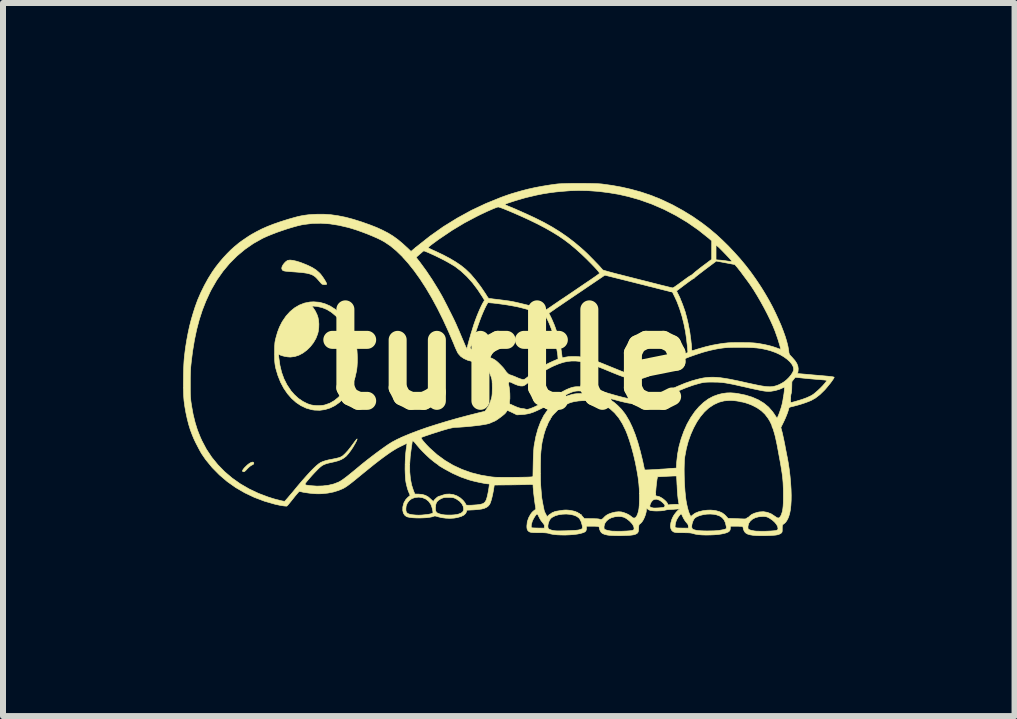
<source format=kicad_pcb>
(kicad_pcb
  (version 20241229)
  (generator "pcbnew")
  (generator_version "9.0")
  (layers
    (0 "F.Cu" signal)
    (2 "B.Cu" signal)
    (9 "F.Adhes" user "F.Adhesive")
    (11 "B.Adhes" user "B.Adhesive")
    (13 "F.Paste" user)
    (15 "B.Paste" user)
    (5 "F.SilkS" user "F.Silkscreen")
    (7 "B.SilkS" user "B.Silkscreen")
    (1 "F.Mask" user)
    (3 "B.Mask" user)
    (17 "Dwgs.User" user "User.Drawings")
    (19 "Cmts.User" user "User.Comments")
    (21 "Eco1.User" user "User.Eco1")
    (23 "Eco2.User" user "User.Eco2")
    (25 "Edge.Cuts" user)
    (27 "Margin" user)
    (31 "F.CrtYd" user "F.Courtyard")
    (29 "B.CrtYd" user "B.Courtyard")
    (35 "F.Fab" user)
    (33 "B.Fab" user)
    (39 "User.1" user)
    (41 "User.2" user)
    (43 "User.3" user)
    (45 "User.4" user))
  (footprint "turtle"
    (layer "F.Cu")
    (at 5.425 2.938)
    (property "Reference" "turtle" (at 0 0 0) (layer "F.SilkS") (effects (font (size 1.524 1.524) (thickness 0.3))))
    (attr through_hole)
    (fp_poly (pts (xy -4.255 1.712) (xy -4.247 1.724) (xy -4.247 1.73) (xy -4.252 1.744) (xy -4.271 1.756) (xy -4.278 1.759) (xy -4.302 1.773) (xy -4.331 1.797) (xy -4.357 1.823) (xy -4.38 1.848) (xy -4.397 1.863) (xy -4.408 1.87) (xy -4.418 1.871) (xy -4.427 1.868) (xy -4.436 1.861) (xy -4.434 1.849) (xy -4.423 1.83) (xy -4.401 1.803) (xy -4.389 1.791) (xy -4.356 1.759) (xy -4.324 1.734) (xy -4.296 1.718) (xy -4.272 1.71) (xy -4.255 1.712)) (stroke (width 0.01) (type solid)) (fill yes) (layer "F.SilkS"))
    (fp_poly (pts (xy -3.598 -1.651) (xy -3.54 -1.638) (xy -3.471 -1.617) (xy -3.392 -1.586) (xy -3.344 -1.566) (xy -3.271 -1.53) (xy -3.21 -1.491) (xy -3.16 -1.448) (xy -3.133 -1.42) (xy -3.114 -1.394) (xy -3.092 -1.364) (xy -3.071 -1.332) (xy -3.053 -1.302) (xy -3.039 -1.276) (xy -3.033 -1.259) (xy -3.032 -1.256) (xy -3.04 -1.249) (xy -3.062 -1.246) (xy -3.068 -1.246) (xy -3.096 -1.249) (xy -3.115 -1.258) (xy -3.122 -1.265) (xy -3.136 -1.281) (xy -3.156 -1.304) (xy -3.174 -1.325) (xy -3.2 -1.354) (xy -3.225 -1.378) (xy -3.252 -1.397) (xy -3.282 -1.413) (xy -3.318 -1.425) (xy -3.362 -1.436) (xy -3.414 -1.444) (xy -3.478 -1.451) (xy -3.555 -1.457) (xy -3.597 -1.46) (xy -3.652 -1.464) (xy -3.693 -1.468) (xy -3.723 -1.471) (xy -3.744 -1.475) (xy -3.758 -1.48) (xy -3.767 -1.486) (xy -3.773 -1.494) (xy -3.774 -1.495) (xy -3.781 -1.511) (xy -3.78 -1.529) (xy -3.777 -1.543) (xy -3.762 -1.573) (xy -3.739 -1.604) (xy -3.712 -1.631) (xy -3.685 -1.649) (xy -3.678 -1.651) (xy -3.644 -1.656) (xy -3.598 -1.651)) (stroke (width 0.01) (type solid)) (fill yes) (layer "F.SilkS"))
    (fp_poly (pts (xy -3.156 -0.953) (xy -3.065 -0.929) (xy -2.977 -0.891) (xy -2.894 -0.838) (xy -2.815 -0.77) (xy -2.792 -0.747) (xy -2.717 -0.655) (xy -2.652 -0.552) (xy -2.6 -0.439) (xy -2.56 -0.318) (xy -2.535 -0.206) (xy -2.528 -0.151) (xy -2.524 -0.086) (xy -2.522 -0.016) (xy -2.523 0.055) (xy -2.527 0.121) (xy -2.533 0.177) (xy -2.535 0.187) (xy -2.56 0.298) (xy -2.596 0.401) (xy -2.641 0.496) (xy -2.695 0.58) (xy -2.756 0.655) (xy -2.824 0.718) (xy -2.898 0.77) (xy -2.978 0.809) (xy -3.061 0.835) (xy -3.148 0.847) (xy -3.237 0.844) (xy -3.282 0.837) (xy -3.374 0.811) (xy -3.461 0.77) (xy -3.542 0.716) (xy -3.618 0.648) (xy -3.687 0.569) (xy -3.748 0.479) (xy -3.801 0.379) (xy -3.845 0.269) (xy -3.88 0.151) (xy -3.887 0.119) (xy -3.892 0.09) (xy -3.896 0.059) (xy -3.899 0.022) (xy -3.9 -0.023) (xy -3.901 -0.079) (xy -3.901 -0.089) (xy -3.836 -0.089) (xy -3.83 -0.03) (xy -3.812 0.097) (xy -3.784 0.214) (xy -3.745 0.322) (xy -3.694 0.423) (xy -3.63 0.519) (xy -3.629 0.521) (xy -3.569 0.589) (xy -3.502 0.65) (xy -3.428 0.7) (xy -3.352 0.738) (xy -3.294 0.757) (xy -3.249 0.765) (xy -3.196 0.769) (xy -3.14 0.768) (xy -3.089 0.763) (xy -3.061 0.757) (xy -2.981 0.729) (xy -2.906 0.686) (xy -2.838 0.631) (xy -2.777 0.563) (xy -2.723 0.486) (xy -2.678 0.399) (xy -2.642 0.304) (xy -2.616 0.201) (xy -2.6 0.093) (xy -2.596 -0.007) (xy -2.603 -0.137) (xy -2.623 -0.26) (xy -2.657 -0.377) (xy -2.704 -0.486) (xy -2.764 -0.587) (xy -2.835 -0.678) (xy -2.881 -0.725) (xy -2.954 -0.786) (xy -3.029 -0.832) (xy -3.108 -0.864) (xy -3.192 -0.883) (xy -3.221 -0.886) (xy -3.281 -0.891) (xy -3.257 -0.86) (xy -3.223 -0.808) (xy -3.193 -0.746) (xy -3.178 -0.702) (xy -3.168 -0.651) (xy -3.163 -0.59) (xy -3.165 -0.527) (xy -3.173 -0.467) (xy -3.182 -0.429) (xy -3.212 -0.351) (xy -3.254 -0.278) (xy -3.305 -0.213) (xy -3.363 -0.156) (xy -3.427 -0.108) (xy -3.494 -0.072) (xy -3.564 -0.049) (xy -3.635 -0.04) (xy -3.643 -0.04) (xy -3.683 -0.043) (xy -3.728 -0.05) (xy -3.771 -0.061) (xy -3.806 -0.073) (xy -3.811 -0.076) (xy -3.836 -0.089) (xy -3.901 -0.089) (xy -3.901 -0.111) (xy -3.901 -0.168) (xy -3.9 -0.212) (xy -3.898 -0.247) (xy -3.896 -0.276) (xy -3.892 -0.303) (xy -3.886 -0.33) (xy -3.879 -0.359) (xy -3.852 -0.454) (xy -3.82 -0.538) (xy -3.782 -0.614) (xy -3.77 -0.635) (xy -3.71 -0.723) (xy -3.642 -0.798) (xy -3.568 -0.859) (xy -3.488 -0.906) (xy -3.403 -0.939) (xy -3.313 -0.957) (xy -3.25 -0.96) (xy -3.156 -0.953)) (stroke (width 0.01) (type solid)) (fill yes) (layer "F.SilkS"))
    (fp_poly (pts (xy 1.237 -2.933) (xy 1.311 -2.932) (xy 1.382 -2.931) (xy 1.445 -2.929) (xy 1.5 -2.927) (xy 1.542 -2.924) (xy 1.56 -2.922) (xy 1.724 -2.899) (xy 1.884 -2.87) (xy 2.036 -2.835) (xy 2.178 -2.796) (xy 2.203 -2.789) (xy 2.254 -2.772) (xy 2.304 -2.755) (xy 2.35 -2.74) (xy 2.388 -2.726) (xy 2.416 -2.715) (xy 2.429 -2.709) (xy 2.446 -2.702) (xy 2.455 -2.699) (xy 2.465 -2.696) (xy 2.486 -2.687) (xy 2.516 -2.675) (xy 2.551 -2.659) (xy 2.563 -2.654) (xy 2.731 -2.574) (xy 2.9 -2.481) (xy 3.065 -2.38) (xy 3.22 -2.272) (xy 3.258 -2.243) (xy 3.285 -2.222) (xy 3.308 -2.205) (xy 3.322 -2.194) (xy 3.326 -2.191) (xy 3.334 -2.184) (xy 3.35 -2.171) (xy 3.369 -2.155) (xy 3.462 -2.077) (xy 3.558 -1.988) (xy 3.657 -1.891) (xy 3.755 -1.787) (xy 3.851 -1.681) (xy 3.94 -1.574) (xy 4.021 -1.47) (xy 4.068 -1.405) (xy 4.12 -1.331) (xy 4.163 -1.267) (xy 4.202 -1.208) (xy 4.237 -1.152) (xy 4.272 -1.094) (xy 4.308 -1.033) (xy 4.341 -0.975) (xy 4.394 -0.876) (xy 4.444 -0.774) (xy 4.491 -0.672) (xy 4.535 -0.572) (xy 4.573 -0.474) (xy 4.606 -0.382) (xy 4.632 -0.296) (xy 4.651 -0.22) (xy 4.663 -0.154) (xy 4.665 -0.139) (xy 4.667 -0.114) (xy 4.672 -0.096) (xy 4.679 -0.081) (xy 4.693 -0.063) (xy 4.716 -0.04) (xy 4.722 -0.033) (xy 4.767 0.018) (xy 4.798 0.065) (xy 4.816 0.11) (xy 4.822 0.151) (xy 4.821 0.179) (xy 4.818 0.205) (xy 4.816 0.215) (xy 4.811 0.235) (xy 4.967 0.248) (xy 5.064 0.257) (xy 5.146 0.264) (xy 5.215 0.27) (xy 5.271 0.275) (xy 5.316 0.279) (xy 5.352 0.283) (xy 5.378 0.286) (xy 5.397 0.289) (xy 5.41 0.292) (xy 5.417 0.294) (xy 5.421 0.296) (xy 5.421 0.298) (xy 5.416 0.31) (xy 5.403 0.331) (xy 5.383 0.36) (xy 5.358 0.394) (xy 5.329 0.429) (xy 5.3 0.465) (xy 5.271 0.499) (xy 5.256 0.515) (xy 5.183 0.586) (xy 5.109 0.643) (xy 5.038 0.683) (xy 4.994 0.701) (xy 4.941 0.721) (xy 4.881 0.741) (xy 4.821 0.759) (xy 4.765 0.774) (xy 4.733 0.782) (xy 4.696 0.791) (xy 4.675 0.799) (xy 4.667 0.807) (xy 4.667 0.808) (xy 4.664 0.825) (xy 4.655 0.854) (xy 4.643 0.891) (xy 4.627 0.932) (xy 4.609 0.976) (xy 4.59 1.018) (xy 4.575 1.049) (xy 4.533 1.134) (xy 4.552 1.204) (xy 4.56 1.235) (xy 4.569 1.278) (xy 4.58 1.327) (xy 4.591 1.381) (xy 4.6 1.425) (xy 4.609 1.476) (xy 4.619 1.526) (xy 4.628 1.572) (xy 4.635 1.609) (xy 4.64 1.631) (xy 4.657 1.727) (xy 4.673 1.832) (xy 4.686 1.943) (xy 4.696 2.055) (xy 4.703 2.163) (xy 4.706 2.265) (xy 4.705 2.345) (xy 4.7 2.431) (xy 4.692 2.504) (xy 4.68 2.565) (xy 4.664 2.618) (xy 4.652 2.647) (xy 4.632 2.685) (xy 4.613 2.712) (xy 4.591 2.733) (xy 4.578 2.742) (xy 4.567 2.75) (xy 4.56 2.76) (xy 4.557 2.774) (xy 4.556 2.799) (xy 4.556 2.818) (xy 4.556 2.85) (xy 4.554 2.87) (xy 4.549 2.882) (xy 4.541 2.891) (xy 4.534 2.896) (xy 4.516 2.907) (xy 4.496 2.915) (xy 4.471 2.922) (xy 4.438 2.927) (xy 4.397 2.93) (xy 4.344 2.933) (xy 4.286 2.935) (xy 4.199 2.936) (xy 4.126 2.934) (xy 4.067 2.929) (xy 4.019 2.921) (xy 3.981 2.91) (xy 3.953 2.895) (xy 3.933 2.876) (xy 3.922 2.858) (xy 3.911 2.834) (xy 3.906 2.812) (xy 3.905 2.807) (xy 3.901 2.79) (xy 3.9 2.79) (xy 3.985 2.79) (xy 3.986 2.813) (xy 3.991 2.826) (xy 4.004 2.834) (xy 4.012 2.838) (xy 4.035 2.845) (xy 4.066 2.852) (xy 4.094 2.857) (xy 4.124 2.86) (xy 4.165 2.861) (xy 4.212 2.862) (xy 4.264 2.862) (xy 4.315 2.86) (xy 4.363 2.858) (xy 4.405 2.855) (xy 4.437 2.852) (xy 4.451 2.849) (xy 4.472 2.842) (xy 4.482 2.834) (xy 4.485 2.819) (xy 4.485 2.81) (xy 4.478 2.779) (xy 4.458 2.745) (xy 4.429 2.71) (xy 4.391 2.676) (xy 4.348 2.647) (xy 4.331 2.637) (xy 4.306 2.625) (xy 4.283 2.619) (xy 4.254 2.616) (xy 4.227 2.616) (xy 4.164 2.621) (xy 4.108 2.636) (xy 4.061 2.66) (xy 4.024 2.692) (xy 3.998 2.73) (xy 3.986 2.774) (xy 3.985 2.79) (xy 3.9 2.79) (xy 3.893 2.783) (xy 3.88 2.781) (xy 3.855 2.78) (xy 3.822 2.778) (xy 3.786 2.778) (xy 3.691 2.778) (xy 3.691 2.812) (xy 3.688 2.839) (xy 3.676 2.859) (xy 3.655 2.875) (xy 3.621 2.889) (xy 3.597 2.896) (xy 3.547 2.907) (xy 3.488 2.916) (xy 3.422 2.921) (xy 3.353 2.924) (xy 3.284 2.925) (xy 3.218 2.923) (xy 3.158 2.918) (xy 3.108 2.91) (xy 3.071 2.9) (xy 3.054 2.895) (xy 3.031 2.891) (xy 3.001 2.888) (xy 2.962 2.887) (xy 2.909 2.886) (xy 2.901 2.886) (xy 2.851 2.886) (xy 2.814 2.885) (xy 2.787 2.883) (xy 2.768 2.88) (xy 2.754 2.876) (xy 2.742 2.871) (xy 2.738 2.869) (xy 2.713 2.845) (xy 2.699 2.812) (xy 2.695 2.776) (xy 2.771 2.776) (xy 2.771 2.79) (xy 2.776 2.799) (xy 2.788 2.804) (xy 2.808 2.807) (xy 2.839 2.808) (xy 2.884 2.809) (xy 2.895 2.809) (xy 2.992 2.81) (xy 2.992 2.781) (xy 2.992 2.778) (xy 3.048 2.778) (xy 3.05 2.802) (xy 3.056 2.818) (xy 3.07 2.83) (xy 3.095 2.839) (xy 3.127 2.847) (xy 3.157 2.851) (xy 3.199 2.854) (xy 3.249 2.856) (xy 3.305 2.857) (xy 3.362 2.856) (xy 3.417 2.855) (xy 3.466 2.852) (xy 3.506 2.848) (xy 3.516 2.846) (xy 3.55 2.84) (xy 3.581 2.834) (xy 3.602 2.828) (xy 3.606 2.827) (xy 3.619 2.82) (xy 3.625 2.812) (xy 3.625 2.796) (xy 3.623 2.78) (xy 3.609 2.719) (xy 3.586 2.671) (xy 3.553 2.633) (xy 3.509 2.605) (xy 3.452 2.586) (xy 3.414 2.579) (xy 3.357 2.575) (xy 3.298 2.577) (xy 3.238 2.586) (xy 3.183 2.6) (xy 3.137 2.618) (xy 3.101 2.641) (xy 3.101 2.642) (xy 3.083 2.664) (xy 3.067 2.697) (xy 3.055 2.734) (xy 3.048 2.769) (xy 3.048 2.778) (xy 2.992 2.778) (xy 2.99 2.761) (xy 2.981 2.742) (xy 2.962 2.719) (xy 2.958 2.715) (xy 2.937 2.688) (xy 2.916 2.654) (xy 2.901 2.625) (xy 2.889 2.599) (xy 2.879 2.58) (xy 2.873 2.572) (xy 2.872 2.572) (xy 2.862 2.578) (xy 2.847 2.595) (xy 2.829 2.618) (xy 2.812 2.644) (xy 2.798 2.669) (xy 2.796 2.673) (xy 2.784 2.705) (xy 2.775 2.741) (xy 2.773 2.757) (xy 2.771 2.776) (xy 2.695 2.776) (xy 2.694 2.769) (xy 2.701 2.719) (xy 2.717 2.664) (xy 2.732 2.63) (xy 2.749 2.599) (xy 2.771 2.568) (xy 2.795 2.538) (xy 2.818 2.515) (xy 2.837 2.5) (xy 2.842 2.498) (xy 2.852 2.494) (xy 2.848 2.491) (xy 2.831 2.49) (xy 2.803 2.492) (xy 2.786 2.493) (xy 2.748 2.496) (xy 2.708 2.499) (xy 2.679 2.5) (xy 2.646 2.502) (xy 2.615 2.508) (xy 2.6 2.512) (xy 2.576 2.517) (xy 2.541 2.521) (xy 2.5 2.523) (xy 2.456 2.524) (xy 2.414 2.522) (xy 2.379 2.519) (xy 2.363 2.517) (xy 2.337 2.507) (xy 2.315 2.493) (xy 2.313 2.492) (xy 2.294 2.474) (xy 2.294 2.496) (xy 2.29 2.537) (xy 2.279 2.582) (xy 2.262 2.628) (xy 2.242 2.671) (xy 2.219 2.707) (xy 2.196 2.732) (xy 2.193 2.734) (xy 2.179 2.744) (xy 2.171 2.754) (xy 2.167 2.769) (xy 2.165 2.792) (xy 2.164 2.812) (xy 2.162 2.851) (xy 2.154 2.878) (xy 2.139 2.897) (xy 2.113 2.911) (xy 2.092 2.918) (xy 2.068 2.923) (xy 2.031 2.928) (xy 1.984 2.931) (xy 1.931 2.933) (xy 1.874 2.935) (xy 1.816 2.935) (xy 1.761 2.934) (xy 1.711 2.932) (xy 1.67 2.929) (xy 1.642 2.925) (xy 1.597 2.914) (xy 1.565 2.901) (xy 1.542 2.884) (xy 1.527 2.861) (xy 1.524 2.855) (xy 1.514 2.831) (xy 1.509 2.81) (xy 1.508 2.805) (xy 1.507 2.794) (xy 1.503 2.79) (xy 1.587 2.79) (xy 1.588 2.813) (xy 1.593 2.826) (xy 1.606 2.834) (xy 1.615 2.838) (xy 1.638 2.845) (xy 1.669 2.852) (xy 1.696 2.857) (xy 1.727 2.86) (xy 1.768 2.861) (xy 1.815 2.862) (xy 1.867 2.862) (xy 1.918 2.86) (xy 1.966 2.858) (xy 2.008 2.855) (xy 2.039 2.852) (xy 2.054 2.849) (xy 2.075 2.842) (xy 2.085 2.834) (xy 2.087 2.819) (xy 2.088 2.81) (xy 2.08 2.777) (xy 2.058 2.74) (xy 2.021 2.7) (xy 2.005 2.685) (xy 1.962 2.652) (xy 1.923 2.63) (xy 1.88 2.619) (xy 1.831 2.615) (xy 1.83 2.615) (xy 1.768 2.621) (xy 1.712 2.636) (xy 1.665 2.66) (xy 1.628 2.692) (xy 1.602 2.729) (xy 1.589 2.772) (xy 1.587 2.79) (xy 1.503 2.79) (xy 1.501 2.787) (xy 1.488 2.782) (xy 1.467 2.78) (xy 1.434 2.778) (xy 1.388 2.778) (xy 1.294 2.778) (xy 1.294 2.812) (xy 1.292 2.838) (xy 1.284 2.858) (xy 1.268 2.873) (xy 1.241 2.885) (xy 1.201 2.897) (xy 1.197 2.898) (xy 1.143 2.909) (xy 1.08 2.917) (xy 1.011 2.922) (xy 0.94 2.925) (xy 0.87 2.924) (xy 0.804 2.921) (xy 0.745 2.915) (xy 0.697 2.906) (xy 0.679 2.9) (xy 0.66 2.895) (xy 0.637 2.891) (xy 0.608 2.888) (xy 0.57 2.886) (xy 0.52 2.886) (xy 0.504 2.886) (xy 0.449 2.885) (xy 0.408 2.884) (xy 0.377 2.881) (xy 0.355 2.876) (xy 0.339 2.869) (xy 0.326 2.858) (xy 0.316 2.847) (xy 0.308 2.831) (xy 0.303 2.807) (xy 0.302 2.78) (xy 0.374 2.78) (xy 0.378 2.798) (xy 0.387 2.804) (xy 0.4 2.806) (xy 0.425 2.807) (xy 0.459 2.808) (xy 0.498 2.809) (xy 0.498 2.809) (xy 0.595 2.81) (xy 0.595 2.792) (xy 0.652 2.792) (xy 0.659 2.815) (xy 0.663 2.821) (xy 0.683 2.833) (xy 0.719 2.845) (xy 0.754 2.852) (xy 0.775 2.854) (xy 0.808 2.856) (xy 0.851 2.856) (xy 0.901 2.855) (xy 0.954 2.854) (xy 1.008 2.852) (xy 1.059 2.849) (xy 1.104 2.847) (xy 1.14 2.844) (xy 1.165 2.84) (xy 1.17 2.839) (xy 1.201 2.83) (xy 1.22 2.821) (xy 1.228 2.808) (xy 1.227 2.788) (xy 1.223 2.761) (xy 1.206 2.702) (xy 1.183 2.658) (xy 1.166 2.638) (xy 1.127 2.611) (xy 1.077 2.592) (xy 1.019 2.58) (xy 0.957 2.575) (xy 0.893 2.578) (xy 0.831 2.587) (xy 0.774 2.604) (xy 0.725 2.629) (xy 0.71 2.639) (xy 0.69 2.661) (xy 0.673 2.691) (xy 0.66 2.726) (xy 0.653 2.761) (xy 0.652 2.792) (xy 0.595 2.792) (xy 0.595 2.781) (xy 0.593 2.761) (xy 0.583 2.742) (xy 0.564 2.718) (xy 0.561 2.714) (xy 0.538 2.685) (xy 0.517 2.65) (xy 0.503 2.623) (xy 0.491 2.598) (xy 0.48 2.581) (xy 0.473 2.574) (xy 0.472 2.574) (xy 0.459 2.584) (xy 0.442 2.605) (xy 0.424 2.633) (xy 0.407 2.664) (xy 0.393 2.693) (xy 0.389 2.706) (xy 0.377 2.749) (xy 0.374 2.78) (xy 0.302 2.78) (xy 0.302 2.772) (xy 0.309 2.705) (xy 0.331 2.639) (xy 0.365 2.577) (xy 0.37 2.571) (xy 0.388 2.547) (xy 0.408 2.528) (xy 0.433 2.508) (xy 0.451 2.496) (xy 0.45 2.488) (xy 0.448 2.467) (xy 0.443 2.437) (xy 0.437 2.401) (xy 0.437 2.4) (xy 0.432 2.363) (xy 0.426 2.317) (xy 0.42 2.267) (xy 0.414 2.216) (xy 0.41 2.168) (xy 0.406 2.127) (xy 0.405 2.097) (xy 0.405 2.091) (xy 0.402 2.087) (xy 0.391 2.084) (xy 0.372 2.083) (xy 0.341 2.083) (xy 0.296 2.084) (xy 0.288 2.085) (xy 0.246 2.086) (xy 0.191 2.087) (xy 0.13 2.088) (xy 0.064 2.089) (xy -0.002 2.09) (xy -0.035 2.09) (xy -0.241 2.092) (xy -0.254 2.175) (xy -0.266 2.238) (xy -0.279 2.296) (xy -0.293 2.348) (xy -0.307 2.389) (xy -0.318 2.413) (xy -0.339 2.44) (xy -0.367 2.462) (xy -0.404 2.479) (xy -0.452 2.492) (xy -0.513 2.5) (xy -0.588 2.506) (xy -0.589 2.506) (xy -0.698 2.511) (xy -0.703 2.533) (xy -0.718 2.565) (xy -0.748 2.593) (xy -0.792 2.615) (xy -0.85 2.632) (xy -0.91 2.643) (xy -0.977 2.647) (xy -1.049 2.644) (xy -1.119 2.635) (xy -1.18 2.62) (xy -1.184 2.618) (xy -1.217 2.609) (xy -1.238 2.608) (xy -1.244 2.61) (xy -1.274 2.621) (xy -1.316 2.629) (xy -1.368 2.636) (xy -1.425 2.639) (xy -1.485 2.641) (xy -1.544 2.64) (xy -1.6 2.637) (xy -1.649 2.631) (xy -1.688 2.623) (xy -1.707 2.615) (xy -1.736 2.591) (xy -1.756 2.557) (xy -1.766 2.513) (xy -1.765 2.489) (xy -1.714 2.489) (xy -1.712 2.523) (xy -1.703 2.548) (xy -1.685 2.565) (xy -1.655 2.577) (xy -1.613 2.586) (xy -1.603 2.587) (xy -1.551 2.592) (xy -1.502 2.594) (xy -1.45 2.592) (xy -1.398 2.587) (xy -1.344 2.581) (xy -1.304 2.573) (xy -1.276 2.564) (xy -1.263 2.555) (xy -1.262 2.552) (xy -1.265 2.523) (xy -1.271 2.497) (xy -1.221 2.497) (xy -1.216 2.526) (xy -1.203 2.548) (xy -1.18 2.563) (xy -1.145 2.575) (xy -1.103 2.585) (xy -1.064 2.59) (xy -1.015 2.592) (xy -0.962 2.592) (xy -0.911 2.589) (xy -0.866 2.583) (xy -0.836 2.576) (xy -0.795 2.56) (xy -0.769 2.541) (xy -0.755 2.518) (xy -0.751 2.492) (xy -0.759 2.446) (xy -0.782 2.402) (xy -0.818 2.362) (xy -0.867 2.328) (xy -0.881 2.32) (xy -0.903 2.31) (xy -0.923 2.303) (xy -0.945 2.3) (xy -0.975 2.298) (xy -1.004 2.298) (xy -1.043 2.298) (xy -1.07 2.3) (xy -1.092 2.305) (xy -1.113 2.313) (xy -1.129 2.32) (xy -1.17 2.345) (xy -1.197 2.372) (xy -1.213 2.406) (xy -1.221 2.45) (xy -1.221 2.458) (xy -1.221 2.497) (xy -1.271 2.497) (xy -1.273 2.486) (xy -1.284 2.448) (xy -1.297 2.416) (xy -1.3 2.41) (xy -1.335 2.362) (xy -1.379 2.327) (xy -1.432 2.304) (xy -1.493 2.294) (xy -1.508 2.294) (xy -1.566 2.301) (xy -1.617 2.32) (xy -1.658 2.351) (xy -1.689 2.391) (xy -1.709 2.44) (xy -1.714 2.489) (xy -1.765 2.489) (xy -1.765 2.462) (xy -1.762 2.445) (xy -1.745 2.385) (xy -1.715 2.334) (xy -1.681 2.298) (xy -1.642 2.265) (xy -1.659 2.226) (xy -1.674 2.189) (xy -1.687 2.151) (xy -1.699 2.105) (xy -1.712 2.049) (xy -1.712 2.048) (xy -1.718 2.008) (xy -1.722 1.955) (xy -1.725 1.893) (xy -1.727 1.825) (xy -1.726 1.753) (xy -1.726 1.747) (xy -1.65 1.747) (xy -1.649 1.873) (xy -1.638 1.988) (xy -1.618 2.092) (xy -1.588 2.183) (xy -1.587 2.187) (xy -1.564 2.242) (xy -1.502 2.243) (xy -1.439 2.249) (xy -1.386 2.265) (xy -1.338 2.292) (xy -1.3 2.326) (xy -1.277 2.348) (xy -1.263 2.36) (xy -1.255 2.363) (xy -1.251 2.359) (xy -1.25 2.357) (xy -1.241 2.342) (xy -1.223 2.324) (xy -1.202 2.304) (xy -1.181 2.288) (xy -1.164 2.279) (xy -1.159 2.278) (xy -1.143 2.275) (xy -1.121 2.267) (xy -1.11 2.263) (xy -1.05 2.245) (xy -0.987 2.242) (xy -0.923 2.251) (xy -0.862 2.273) (xy -0.805 2.308) (xy -0.763 2.346) (xy -0.742 2.371) (xy -0.726 2.393) (xy -0.718 2.409) (xy -0.717 2.41) (xy -0.714 2.42) (xy -0.707 2.425) (xy -0.693 2.428) (xy -0.668 2.429) (xy -0.656 2.429) (xy -0.621 2.428) (xy -0.578 2.425) (xy -0.535 2.422) (xy -0.525 2.421) (xy -0.474 2.414) (xy -0.436 2.404) (xy -0.409 2.389) (xy -0.389 2.367) (xy -0.373 2.335) (xy -0.36 2.291) (xy -0.358 2.282) (xy -0.351 2.253) (xy -0.344 2.218) (xy -0.337 2.181) (xy -0.331 2.144) (xy -0.327 2.113) (xy -0.324 2.089) (xy -0.324 2.077) (xy -0.324 2.076) (xy -0.334 2.073) (xy -0.353 2.072) (xy -0.353 2.072) (xy -0.372 2.07) (xy -0.404 2.065) (xy -0.445 2.057) (xy -0.491 2.048) (xy -0.54 2.037) (xy -0.587 2.026) (xy -0.629 2.015) (xy -0.664 2.005) (xy -0.665 2.005) (xy -0.801 1.957) (xy -0.937 1.896) (xy -1.07 1.824) (xy -1.087 1.814) (xy -1.117 1.796) (xy -1.142 1.781) (xy -1.159 1.771) (xy -1.165 1.768) (xy -1.169 1.761) (xy -1.169 1.76) (xy -1.173 1.754) (xy -1.174 1.754) (xy -1.183 1.75) (xy -1.201 1.737) (xy -1.227 1.719) (xy -1.255 1.697) (xy -1.312 1.651) (xy -1.371 1.596) (xy -1.43 1.538) (xy -1.485 1.48) (xy -1.531 1.426) (xy -1.539 1.415) (xy -1.567 1.382) (xy -1.587 1.362) (xy -1.6 1.355) (xy -1.607 1.362) (xy -1.608 1.371) (xy -1.61 1.385) (xy -1.613 1.41) (xy -1.618 1.442) (xy -1.622 1.468) (xy -1.641 1.612) (xy -1.65 1.747) (xy -1.726 1.747) (xy -1.724 1.682) (xy -1.721 1.613) (xy -1.715 1.551) (xy -1.709 1.5) (xy -1.703 1.463) (xy -1.699 1.431) (xy -1.696 1.409) (xy -1.695 1.399) (xy -1.695 1.398) (xy -1.703 1.401) (xy -1.722 1.409) (xy -1.75 1.423) (xy -1.785 1.44) (xy -1.808 1.451) (xy -1.858 1.477) (xy -1.909 1.507) (xy -1.964 1.542) (xy -2.023 1.583) (xy -2.088 1.63) (xy -2.16 1.684) (xy -2.24 1.746) (xy -2.329 1.818) (xy -2.429 1.899) (xy -2.441 1.909) (xy -2.507 1.963) (xy -2.562 2.008) (xy -2.608 2.045) (xy -2.647 2.075) (xy -2.679 2.099) (xy -2.706 2.118) (xy -2.73 2.133) (xy -2.752 2.146) (xy -2.762 2.151) (xy -2.836 2.182) (xy -2.921 2.208) (xy -3.012 2.226) (xy -3.105 2.236) (xy -3.166 2.238) (xy -3.211 2.237) (xy -3.266 2.233) (xy -3.324 2.227) (xy -3.38 2.219) (xy -3.429 2.211) (xy -3.445 2.207) (xy -3.468 2.202) (xy -3.486 2.199) (xy -3.49 2.199) (xy -3.497 2.205) (xy -3.512 2.221) (xy -3.534 2.247) (xy -3.561 2.279) (xy -3.59 2.316) (xy -3.592 2.318) (xy -3.622 2.356) (xy -3.649 2.389) (xy -3.671 2.416) (xy -3.688 2.435) (xy -3.696 2.442) (xy -3.697 2.443) (xy -3.711 2.443) (xy -3.738 2.441) (xy -3.773 2.436) (xy -3.815 2.429) (xy -3.86 2.419) (xy -3.893 2.412) (xy -4.07 2.361) (xy -4.239 2.297) (xy -4.399 2.221) (xy -4.55 2.133) (xy -4.691 2.033) (xy -4.821 1.922) (xy -4.941 1.8) (xy -5.049 1.668) (xy -5.115 1.572) (xy -5.128 1.55) (xy -5.146 1.518) (xy -5.167 1.479) (xy -5.189 1.436) (xy -5.211 1.394) (xy -5.23 1.355) (xy -5.245 1.323) (xy -5.254 1.302) (xy -5.254 1.302) (xy -5.265 1.275) (xy -5.275 1.251) (xy -5.275 1.25) (xy -5.304 1.174) (xy -5.331 1.086) (xy -5.356 0.989) (xy -5.378 0.888) (xy -5.396 0.785) (xy -5.41 0.684) (xy -5.41 0.679) (xy -5.414 0.629) (xy -5.417 0.566) (xy -5.419 0.494) (xy -5.42 0.414) (xy -5.42 0.405) (xy -5.305 0.405) (xy -5.305 0.474) (xy -5.305 0.53) (xy -5.304 0.576) (xy -5.302 0.616) (xy -5.299 0.652) (xy -5.296 0.687) (xy -5.291 0.724) (xy -5.284 0.767) (xy -5.284 0.77) (xy -5.258 0.915) (xy -5.225 1.049) (xy -5.186 1.175) (xy -5.137 1.298) (xy -5.112 1.353) (xy -5.037 1.495) (xy -4.948 1.629) (xy -4.846 1.754) (xy -4.733 1.87) (xy -4.608 1.976) (xy -4.472 2.072) (xy -4.325 2.157) (xy -4.169 2.231) (xy -4.01 2.291) (xy -3.966 2.305) (xy -3.919 2.32) (xy -3.872 2.333) (xy -3.827 2.344) (xy -3.788 2.354) (xy -3.758 2.36) (xy -3.738 2.363) (xy -3.734 2.363) (xy -3.727 2.357) (xy -3.711 2.34) (xy -3.688 2.314) (xy -3.66 2.281) (xy -3.628 2.243) (xy -3.607 2.219) (xy -3.519 2.112) (xy -3.439 2.018) (xy -3.368 1.938) (xy -3.305 1.869) (xy -3.25 1.813) (xy -3.203 1.769) (xy -3.164 1.737) (xy -3.132 1.716) (xy -3.127 1.714) (xy -3.093 1.699) (xy -3.052 1.686) (xy -3.002 1.673) (xy -2.94 1.661) (xy -2.91 1.655) (xy -2.872 1.647) (xy -2.836 1.638) (xy -2.806 1.628) (xy -2.801 1.626) (xy -2.765 1.605) (xy -2.725 1.568) (xy -2.678 1.517) (xy -2.627 1.452) (xy -2.596 1.41) (xy -2.572 1.377) (xy -2.552 1.351) (xy -2.536 1.332) (xy -2.527 1.324) (xy -2.526 1.324) (xy -2.528 1.336) (xy -2.538 1.359) (xy -2.553 1.389) (xy -2.573 1.424) (xy -2.595 1.462) (xy -2.619 1.498) (xy -2.631 1.516) (xy -2.671 1.569) (xy -2.708 1.611) (xy -2.747 1.642) (xy -2.79 1.667) (xy -2.84 1.687) (xy -2.902 1.704) (xy -2.929 1.71) (xy -2.987 1.723) (xy -3.032 1.734) (xy -3.067 1.747) (xy -3.098 1.761) (xy -3.125 1.78) (xy -3.154 1.804) (xy -3.187 1.836) (xy -3.195 1.845) (xy -3.232 1.883) (xy -3.272 1.926) (xy -3.311 1.97) (xy -3.34 2.004) (xy -3.368 2.037) (xy -3.386 2.061) (xy -3.394 2.077) (xy -3.389 2.086) (xy -3.372 2.093) (xy -3.341 2.097) (xy -3.296 2.103) (xy -3.295 2.103) (xy -3.195 2.11) (xy -3.096 2.107) (xy -3.001 2.095) (xy -2.914 2.074) (xy -2.836 2.044) (xy -2.81 2.03) (xy -2.782 2.013) (xy -2.743 1.985) (xy -2.694 1.948) (xy -2.634 1.9) (xy -2.563 1.842) (xy -2.48 1.773) (xy -2.477 1.77) (xy -2.424 1.727) (xy -2.365 1.68) (xy -2.303 1.632) (xy -2.239 1.583) (xy -2.176 1.536) (xy -2.115 1.492) (xy -2.059 1.452) (xy -2.01 1.418) (xy -1.969 1.392) (xy -1.947 1.378) (xy -1.858 1.331) (xy -1.81 1.309) (xy -1.459 1.309) (xy -1.449 1.327) (xy -1.43 1.353) (xy -1.402 1.386) (xy -1.368 1.424) (xy -1.328 1.465) (xy -1.315 1.478) (xy -1.193 1.587) (xy -1.063 1.682) (xy -0.925 1.764) (xy -0.778 1.832) (xy -0.624 1.887) (xy -0.461 1.928) (xy -0.291 1.956) (xy -0.25 1.96) (xy -0.227 1.962) (xy -0.192 1.963) (xy -0.146 1.963) (xy -0.093 1.964) (xy -0.033 1.964) (xy 0.03 1.964) (xy 0.094 1.963) (xy 0.157 1.963) (xy 0.217 1.962) (xy 0.271 1.961) (xy 0.317 1.96) (xy 0.353 1.958) (xy 0.376 1.957) (xy 0.382 1.956) (xy 0.403 1.952) (xy 0.405 1.836) (xy 0.528 1.836) (xy 0.528 1.899) (xy 0.529 1.959) (xy 0.529 2.012) (xy 0.531 2.058) (xy 0.532 2.092) (xy 0.533 2.103) (xy 0.536 2.145) (xy 0.54 2.19) (xy 0.543 2.229) (xy 0.543 2.23) (xy 0.546 2.264) (xy 0.549 2.295) (xy 0.552 2.318) (xy 0.552 2.318) (xy 0.563 2.379) (xy 0.573 2.432) (xy 0.582 2.474) (xy 0.588 2.505) (xy 0.592 2.522) (xy 0.593 2.524) (xy 0.598 2.537) (xy 0.599 2.54) (xy 0.603 2.549) (xy 0.612 2.567) (xy 0.62 2.582) (xy 0.639 2.619) (xy 0.664 2.595) (xy 0.681 2.581) (xy 0.694 2.573) (xy 0.697 2.572) (xy 0.708 2.566) (xy 0.714 2.56) (xy 0.725 2.551) (xy 0.729 2.55) (xy 0.739 2.548) (xy 0.75 2.542) (xy 0.77 2.534) (xy 0.79 2.529) (xy 0.839 2.521) (xy 0.876 2.515) (xy 0.905 2.511) (xy 0.929 2.509) (xy 0.952 2.508) (xy 0.956 2.508) (xy 0.988 2.51) (xy 1.024 2.514) (xy 1.06 2.521) (xy 1.092 2.528) (xy 1.115 2.535) (xy 1.123 2.54) (xy 1.133 2.545) (xy 1.137 2.544) (xy 1.144 2.545) (xy 1.151 2.552) (xy 1.164 2.562) (xy 1.172 2.564) (xy 1.182 2.568) (xy 1.183 2.572) (xy 1.189 2.579) (xy 1.195 2.58) (xy 1.205 2.583) (xy 1.207 2.586) (xy 1.212 2.595) (xy 1.224 2.611) (xy 1.233 2.621) (xy 1.259 2.651) (xy 1.379 2.652) (xy 1.421 2.653) (xy 1.459 2.654) (xy 1.488 2.656) (xy 1.506 2.659) (xy 1.509 2.66) (xy 1.533 2.667) (xy 1.557 2.659) (xy 1.568 2.651) (xy 1.595 2.623) (xy 1.616 2.604) (xy 1.635 2.591) (xy 1.658 2.579) (xy 1.662 2.576) (xy 1.717 2.556) (xy 1.775 2.542) (xy 1.831 2.537) (xy 1.876 2.54) (xy 1.919 2.552) (xy 1.964 2.569) (xy 2.005 2.59) (xy 2.037 2.613) (xy 2.045 2.62) (xy 2.07 2.639) (xy 2.093 2.643) (xy 2.115 2.631) (xy 2.134 2.605) (xy 2.151 2.564) (xy 2.165 2.509) (xy 2.168 2.492) (xy 2.172 2.455) (xy 2.173 2.447) (xy 2.35 2.447) (xy 2.359 2.46) (xy 2.371 2.465) (xy 2.39 2.47) (xy 2.401 2.473) (xy 2.416 2.475) (xy 2.441 2.475) (xy 2.474 2.474) (xy 2.509 2.472) (xy 2.542 2.469) (xy 2.569 2.466) (xy 2.585 2.462) (xy 2.586 2.462) (xy 2.599 2.449) (xy 2.603 2.437) (xy 2.597 2.422) (xy 2.581 2.401) (xy 2.558 2.379) (xy 2.532 2.358) (xy 2.506 2.342) (xy 2.505 2.342) (xy 2.464 2.328) (xy 2.428 2.33) (xy 2.398 2.346) (xy 2.373 2.377) (xy 2.365 2.393) (xy 2.352 2.425) (xy 2.35 2.447) (xy 2.173 2.447) (xy 2.175 2.405) (xy 2.177 2.346) (xy 2.177 2.282) (xy 2.176 2.236) (xy 2.447 2.236) (xy 2.448 2.257) (xy 2.453 2.27) (xy 2.461 2.276) (xy 2.473 2.278) (xy 2.479 2.278) (xy 2.504 2.284) (xy 2.535 2.299) (xy 2.568 2.32) (xy 2.6 2.346) (xy 2.626 2.372) (xy 2.642 2.395) (xy 2.655 2.423) (xy 2.702 2.418) (xy 2.737 2.415) (xy 2.775 2.413) (xy 2.792 2.413) (xy 2.836 2.413) (xy 2.831 2.383) (xy 2.821 2.322) (xy 2.814 2.256) (xy 2.808 2.181) (xy 2.804 2.094) (xy 2.803 2.088) (xy 2.801 2.042) (xy 2.799 2.002) (xy 2.797 1.97) (xy 2.795 1.949) (xy 2.794 1.942) (xy 2.785 1.941) (xy 2.763 1.941) (xy 2.73 1.942) (xy 2.688 1.944) (xy 2.641 1.946) (xy 2.634 1.947) (xy 2.478 1.955) (xy 2.469 2.004) (xy 2.466 2.03) (xy 2.461 2.068) (xy 2.456 2.112) (xy 2.452 2.156) (xy 2.452 2.158) (xy 2.448 2.204) (xy 2.447 2.236) (xy 2.176 2.236) (xy 2.176 2.216) (xy 2.174 2.152) (xy 2.169 2.093) (xy 2.168 2.076) (xy 2.154 1.96) (xy 2.133 1.838) (xy 2.108 1.712) (xy 2.079 1.587) (xy 2.046 1.465) (xy 2.011 1.35) (xy 1.974 1.245) (xy 1.949 1.183) (xy 1.894 1.071) (xy 1.833 0.974) (xy 1.763 0.89) (xy 1.687 0.821) (xy 1.603 0.765) (xy 1.511 0.724) (xy 1.457 0.706) (xy 1.392 0.694) (xy 1.318 0.687) (xy 1.24 0.686) (xy 1.163 0.691) (xy 1.091 0.702) (xy 1.029 0.718) (xy 1.028 0.719) (xy 1.006 0.727) (xy 0.979 0.739) (xy 0.951 0.752) (xy 0.925 0.764) (xy 0.907 0.774) (xy 0.898 0.78) (xy 0.898 0.78) (xy 0.889 0.786) (xy 0.888 0.786) (xy 0.875 0.792) (xy 0.852 0.811) (xy 0.819 0.841) (xy 0.786 0.875) (xy 0.756 0.905) (xy 0.736 0.927) (xy 0.724 0.941) (xy 0.717 0.951) (xy 0.715 0.957) (xy 0.714 0.96) (xy 0.709 0.968) (xy 0.706 0.968) (xy 0.699 0.975) (xy 0.699 0.98) (xy 0.693 0.995) (xy 0.689 1.002) (xy 0.681 1.013) (xy 0.67 1.032) (xy 0.659 1.053) (xy 0.65 1.073) (xy 0.645 1.087) (xy 0.645 1.089) (xy 0.642 1.097) (xy 0.634 1.113) (xy 0.633 1.115) (xy 0.624 1.134) (xy 0.613 1.164) (xy 0.601 1.199) (xy 0.59 1.235) (xy 0.581 1.268) (xy 0.575 1.293) (xy 0.575 1.294) (xy 0.57 1.318) (xy 0.566 1.333) (xy 0.562 1.352) (xy 0.559 1.361) (xy 0.555 1.383) (xy 0.55 1.414) (xy 0.546 1.447) (xy 0.543 1.468) (xy 0.54 1.498) (xy 0.536 1.533) (xy 0.535 1.548) (xy 0.533 1.572) (xy 0.531 1.609) (xy 0.53 1.657) (xy 0.529 1.713) (xy 0.528 1.773) (xy 0.528 1.836) (xy 0.405 1.836) (xy 0.407 1.732) (xy 0.409 1.648) (xy 0.412 1.574) (xy 0.416 1.51) (xy 0.42 1.459) (xy 0.424 1.43) (xy 0.451 1.287) (xy 0.487 1.156) (xy 0.531 1.039) (xy 0.584 0.934) (xy 0.647 0.843) (xy 0.718 0.764) (xy 0.798 0.698) (xy 0.872 0.654) (xy 1.666 0.654) (xy 1.677 0.663) (xy 1.691 0.672) (xy 1.752 0.713) (xy 1.814 0.766) (xy 1.875 0.828) (xy 1.93 0.897) (xy 1.958 0.939) (xy 2.01 1.028) (xy 2.059 1.131) (xy 2.106 1.249) (xy 2.15 1.381) (xy 2.191 1.528) (xy 2.231 1.691) (xy 2.259 1.824) (xy 2.26 1.83) (xy 2.262 1.834) (xy 2.266 1.837) (xy 2.274 1.84) (xy 2.288 1.841) (xy 2.31 1.84) (xy 2.34 1.839) (xy 2.382 1.837) (xy 2.436 1.834) (xy 2.502 1.83) (xy 2.522 1.828) (xy 2.922 1.828) (xy 2.923 1.916) (xy 2.925 2.008) (xy 2.93 2.102) (xy 2.936 2.194) (xy 2.945 2.281) (xy 2.945 2.286) (xy 2.953 2.346) (xy 2.964 2.407) (xy 2.977 2.465) (xy 2.991 2.517) (xy 3.005 2.559) (xy 3.012 2.574) (xy 3.033 2.618) (xy 3.058 2.595) (xy 3.105 2.561) (xy 3.166 2.536) (xy 3.234 2.52) (xy 3.302 2.511) (xy 3.361 2.509) (xy 3.418 2.514) (xy 3.454 2.52) (xy 3.511 2.536) (xy 3.557 2.557) (xy 3.595 2.585) (xy 3.617 2.607) (xy 3.653 2.647) (xy 3.777 2.651) (xy 3.822 2.653) (xy 3.863 2.655) (xy 3.897 2.656) (xy 3.92 2.657) (xy 3.926 2.657) (xy 3.948 2.655) (xy 3.961 2.647) (xy 3.974 2.637) (xy 3.98 2.635) (xy 3.991 2.63) (xy 4.007 2.616) (xy 4.015 2.608) (xy 4.046 2.583) (xy 4.092 2.562) (xy 4.149 2.545) (xy 4.177 2.54) (xy 4.243 2.536) (xy 4.309 2.547) (xy 4.372 2.572) (xy 4.43 2.61) (xy 4.436 2.614) (xy 4.466 2.635) (xy 4.49 2.642) (xy 4.51 2.634) (xy 4.528 2.611) (xy 4.539 2.59) (xy 4.55 2.559) (xy 4.56 2.525) (xy 4.566 2.487) (xy 4.571 2.442) (xy 4.574 2.387) (xy 4.575 2.321) (xy 4.575 2.262) (xy 4.575 2.204) (xy 4.574 2.151) (xy 4.572 2.102) (xy 4.57 2.053) (xy 4.566 2.005) (xy 4.561 1.954) (xy 4.554 1.9) (xy 4.545 1.841) (xy 4.534 1.774) (xy 4.521 1.698) (xy 4.505 1.612) (xy 4.487 1.514) (xy 4.468 1.413) (xy 4.457 1.362) (xy 4.446 1.31) (xy 4.434 1.26) (xy 4.421 1.215) (xy 4.41 1.178) (xy 4.401 1.15) (xy 4.393 1.135) (xy 4.393 1.134) (xy 4.386 1.123) (xy 4.386 1.117) (xy 4.386 1.108) (xy 4.378 1.088) (xy 4.365 1.06) (xy 4.349 1.028) (xy 4.329 0.995) (xy 4.319 0.979) (xy 4.268 0.912) (xy 4.208 0.855) (xy 4.136 0.805) (xy 4.069 0.77) (xy 4.038 0.756) (xy 4.002 0.742) (xy 3.964 0.729) (xy 3.929 0.718) (xy 3.9 0.711) (xy 3.881 0.707) (xy 3.876 0.707) (xy 3.864 0.706) (xy 3.858 0.704) (xy 3.832 0.697) (xy 3.795 0.691) (xy 3.751 0.686) (xy 3.704 0.683) (xy 3.678 0.683) (xy 3.588 0.69) (xy 3.501 0.713) (xy 3.418 0.751) (xy 3.337 0.804) (xy 3.328 0.811) (xy 3.259 0.875) (xy 3.194 0.952) (xy 3.133 1.042) (xy 3.079 1.142) (xy 3.031 1.25) (xy 2.99 1.365) (xy 2.958 1.486) (xy 2.935 1.609) (xy 2.933 1.619) (xy 2.927 1.677) (xy 2.924 1.748) (xy 2.922 1.828) (xy 2.522 1.828) (xy 2.559 1.826) (xy 2.613 1.823) (xy 2.662 1.819) (xy 2.703 1.817) (xy 2.733 1.814) (xy 2.743 1.813) (xy 2.792 1.809) (xy 2.797 1.717) (xy 2.811 1.585) (xy 2.836 1.452) (xy 2.872 1.322) (xy 2.917 1.197) (xy 2.97 1.078) (xy 3.032 0.968) (xy 3.101 0.868) (xy 3.169 0.789) (xy 3.246 0.716) (xy 3.325 0.658) (xy 3.408 0.614) (xy 3.495 0.583) (xy 3.563 0.567) (xy 3.63 0.558) (xy 3.695 0.556) (xy 3.765 0.561) (xy 3.812 0.567) (xy 3.94 0.593) (xy 4.055 0.628) (xy 4.158 0.673) (xy 4.249 0.728) (xy 4.328 0.793) (xy 4.394 0.869) (xy 4.421 0.907) (xy 4.44 0.936) (xy 4.456 0.959) (xy 4.466 0.973) (xy 4.47 0.976) (xy 4.475 0.969) (xy 4.484 0.95) (xy 4.496 0.922) (xy 4.509 0.888) (xy 4.522 0.85) (xy 4.535 0.812) (xy 4.543 0.785) (xy 4.552 0.751) (xy 4.561 0.71) (xy 4.566 0.685) (xy 4.695 0.685) (xy 4.696 0.704) (xy 4.699 0.714) (xy 4.704 0.717) (xy 4.711 0.716) (xy 4.725 0.713) (xy 4.751 0.706) (xy 4.783 0.697) (xy 4.797 0.693) (xy 4.886 0.666) (xy 4.965 0.637) (xy 5.032 0.606) (xy 5.047 0.598) (xy 5.076 0.579) (xy 5.112 0.55) (xy 5.152 0.515) (xy 5.193 0.476) (xy 5.231 0.437) (xy 5.264 0.399) (xy 5.277 0.383) (xy 5.303 0.35) (xy 5.285 0.346) (xy 5.271 0.344) (xy 5.244 0.341) (xy 5.208 0.338) (xy 5.167 0.334) (xy 5.151 0.333) (xy 5.1 0.329) (xy 5.04 0.324) (xy 4.977 0.318) (xy 4.918 0.312) (xy 4.905 0.311) (xy 4.773 0.297) (xy 4.745 0.333) (xy 4.717 0.369) (xy 4.715 0.46) (xy 4.714 0.498) (xy 4.711 0.531) (xy 4.708 0.556) (xy 4.705 0.567) (xy 4.701 0.582) (xy 4.697 0.609) (xy 4.695 0.641) (xy 4.695 0.652) (xy 4.695 0.685) (xy 4.566 0.685) (xy 4.569 0.666) (xy 4.577 0.62) (xy 4.584 0.576) (xy 4.589 0.536) (xy 4.592 0.502) (xy 4.594 0.477) (xy 4.592 0.464) (xy 4.59 0.462) (xy 4.516 0.495) (xy 4.44 0.518) (xy 4.369 0.53) (xy 4.333 0.532) (xy 4.312 0.531) (xy 4.288 0.53) (xy 4.261 0.527) (xy 4.23 0.522) (xy 4.191 0.515) (xy 4.145 0.505) (xy 4.087 0.493) (xy 4.018 0.478) (xy 3.941 0.46) (xy 3.854 0.441) (xy 3.781 0.424) (xy 3.719 0.411) (xy 3.666 0.401) (xy 3.621 0.393) (xy 3.581 0.387) (xy 3.544 0.383) (xy 3.509 0.38) (xy 3.472 0.378) (xy 3.433 0.378) (xy 3.401 0.377) (xy 3.348 0.377) (xy 3.308 0.378) (xy 3.275 0.38) (xy 3.248 0.383) (xy 3.221 0.388) (xy 3.191 0.395) (xy 3.171 0.4) (xy 3.068 0.43) (xy 2.956 0.47) (xy 2.834 0.52) (xy 2.704 0.579) (xy 2.568 0.646) (xy 2.544 0.659) (xy 2.487 0.688) (xy 2.441 0.71) (xy 2.402 0.726) (xy 2.367 0.737) (xy 2.333 0.744) (xy 2.296 0.748) (xy 2.253 0.749) (xy 2.215 0.749) (xy 2.137 0.746) (xy 2.056 0.737) (xy 1.969 0.722) (xy 1.873 0.7) (xy 1.77 0.672) (xy 1.722 0.659) (xy 1.689 0.652) (xy 1.67 0.65) (xy 1.666 0.654) (xy 0.872 0.654) (xy 0.887 0.645) (xy 0.904 0.638) (xy 1.638 0.638) (xy 1.639 0.642) (xy 1.643 0.643) (xy 1.65 0.64) (xy 1.648 0.638) (xy 1.639 0.637) (xy 1.638 0.638) (xy 0.904 0.638) (xy 0.923 0.63) (xy 1.614 0.63) (xy 1.615 0.634) (xy 1.619 0.635) (xy 1.626 0.632) (xy 1.625 0.63) (xy 1.615 0.629) (xy 1.614 0.63) (xy 0.923 0.63) (xy 0.985 0.604) (xy 1.044 0.586) (xy 1.072 0.579) (xy 1.099 0.574) (xy 1.127 0.571) (xy 1.16 0.569) (xy 1.202 0.568) (xy 1.255 0.568) (xy 1.26 0.568) (xy 1.304 0.567) (xy 1.342 0.567) (xy 1.37 0.565) (xy 1.387 0.564) (xy 1.39 0.562) (xy 1.39 0.562) (xy 1.364 0.555) (xy 1.328 0.547) (xy 1.285 0.539) (xy 1.241 0.532) (xy 1.201 0.527) (xy 1.17 0.524) (xy 1.163 0.524) (xy 1.138 0.525) (xy 1.113 0.528) (xy 1.087 0.533) (xy 1.058 0.542) (xy 1.025 0.555) (xy 0.987 0.572) (xy 0.942 0.595) (xy 0.889 0.623) (xy 0.826 0.658) (xy 0.752 0.701) (xy 0.695 0.734) (xy 0.61 0.782) (xy 0.536 0.821) (xy 0.471 0.852) (xy 0.413 0.877) (xy 0.36 0.895) (xy 0.309 0.907) (xy 0.26 0.915) (xy 0.221 0.918) (xy 0.136 0.923) (xy 0.061 0.886) (xy 0.029 0.871) (xy 0.002 0.859) (xy -0.016 0.851) (xy -0.022 0.849) (xy -0.03 0.856) (xy -0.039 0.872) (xy -0.04 0.873) (xy -0.051 0.889) (xy -0.072 0.91) (xy -0.102 0.935) (xy -0.135 0.961) (xy -0.171 0.987) (xy -0.204 1.01) (xy -0.234 1.027) (xy -0.255 1.036) (xy -0.273 1.043) (xy -0.298 1.054) (xy -0.31 1.06) (xy -0.333 1.068) (xy -0.37 1.077) (xy -0.419 1.086) (xy -0.477 1.095) (xy -0.542 1.103) (xy -0.612 1.111) (xy -0.685 1.118) (xy -0.759 1.124) (xy -0.831 1.129) (xy -0.886 1.131) (xy -0.917 1.134) (xy -0.956 1.142) (xy -1.005 1.153) (xy -1.066 1.171) (xy -1.078 1.174) (xy -1.127 1.189) (xy -1.179 1.206) (xy -1.234 1.223) (xy -1.287 1.24) (xy -1.337 1.257) (xy -1.382 1.272) (xy -1.419 1.285) (xy -1.445 1.295) (xy -1.458 1.3) (xy -1.459 1.309) (xy -1.81 1.309) (xy -1.754 1.283) (xy -1.635 1.234) (xy -1.503 1.184) (xy -1.359 1.133) (xy -1.202 1.083) (xy -1.035 1.032) (xy -0.857 0.981) (xy -0.669 0.931) (xy -0.518 0.893) (xy -0.396 0.863) (xy -0.369 0.825) (xy -0.333 0.767) (xy -0.303 0.694) (xy -0.289 0.651) (xy -0.283 0.627) (xy -0.279 0.601) (xy -0.276 0.57) (xy -0.275 0.53) (xy -0.274 0.478) (xy -0.274 0.472) (xy -0.275 0.423) (xy -0.275 0.405) (xy -0.003 0.405) (xy 0.000185 0.426) (xy 0.008 0.467) (xy 0.014 0.516) (xy 0.018 0.566) (xy 0.019 0.614) (xy 0.019 0.654) (xy 0.016 0.675) (xy 0.012 0.712) (xy 0.014 0.736) (xy 0.022 0.746) (xy 0.025 0.746) (xy 0.035 0.749) (xy 0.055 0.758) (xy 0.083 0.771) (xy 0.1 0.779) (xy 0.151 0.8) (xy 0.195 0.813) (xy 0.224 0.818) (xy 0.252 0.821) (xy 0.273 0.825) (xy 0.283 0.829) (xy 0.284 0.829) (xy 0.295 0.833) (xy 0.316 0.831) (xy 0.349 0.822) (xy 0.361 0.818) (xy 0.414 0.797) (xy 0.476 0.768) (xy 0.549 0.731) (xy 0.634 0.685) (xy 0.708 0.642) (xy 0.787 0.596) (xy 0.854 0.559) (xy 0.91 0.528) (xy 0.959 0.503) (xy 1.001 0.485) (xy 1.038 0.471) (xy 1.071 0.462) (xy 1.104 0.456) (xy 1.136 0.454) (xy 1.171 0.454) (xy 1.194 0.455) (xy 1.225 0.457) (xy 1.255 0.46) (xy 1.287 0.465) (xy 1.323 0.472) (xy 1.363 0.481) (xy 1.411 0.493) (xy 1.468 0.509) (xy 1.536 0.528) (xy 1.616 0.551) (xy 1.639 0.558) (xy 1.742 0.588) (xy 1.832 0.613) (xy 1.911 0.633) (xy 1.98 0.649) (xy 2.041 0.661) (xy 2.097 0.669) (xy 2.148 0.675) (xy 2.198 0.677) (xy 2.219 0.677) (xy 2.257 0.677) (xy 2.291 0.675) (xy 2.322 0.67) (xy 2.354 0.662) (xy 2.388 0.65) (xy 2.428 0.632) (xy 2.477 0.608) (xy 2.533 0.58) (xy 2.678 0.508) (xy 2.813 0.447) (xy 2.936 0.396) (xy 3.048 0.357) (xy 3.133 0.333) (xy 3.19 0.319) (xy 3.244 0.308) (xy 3.297 0.301) (xy 3.349 0.297) (xy 3.403 0.296) (xy 3.461 0.298) (xy 3.524 0.304) (xy 3.594 0.314) (xy 3.672 0.327) (xy 3.761 0.345) (xy 3.862 0.366) (xy 3.967 0.39) (xy 4.06 0.41) (xy 4.14 0.427) (xy 4.208 0.44) (xy 4.266 0.449) (xy 4.316 0.454) (xy 4.359 0.455) (xy 4.398 0.452) (xy 4.433 0.444) (xy 4.468 0.434) (xy 4.504 0.419) (xy 4.541 0.4) (xy 4.551 0.395) (xy 4.592 0.369) (xy 4.632 0.336) (xy 4.67 0.298) (xy 4.702 0.259) (xy 4.727 0.221) (xy 4.743 0.186) (xy 4.747 0.163) (xy 4.739 0.122) (xy 4.717 0.08) (xy 4.683 0.038) (xy 4.637 -0.004) (xy 4.582 -0.044) (xy 4.519 -0.081) (xy 4.448 -0.114) (xy 4.373 -0.141) (xy 4.354 -0.147) (xy 4.295 -0.163) (xy 4.24 -0.175) (xy 4.186 -0.185) (xy 4.128 -0.192) (xy 4.066 -0.197) (xy 3.995 -0.2) (xy 3.913 -0.202) (xy 3.858 -0.202) (xy 3.778 -0.202) (xy 3.711 -0.201) (xy 3.653 -0.199) (xy 3.602 -0.195) (xy 3.553 -0.189) (xy 3.503 -0.182) (xy 3.449 -0.172) (xy 3.389 -0.159) (xy 3.365 -0.154) (xy 3.306 -0.139) (xy 3.237 -0.12) (xy 3.162 -0.096) (xy 3.085 -0.07) (xy 3.012 -0.044) (xy 2.946 -0.018) (xy 2.933 -0.012) (xy 2.904 0.001) (xy 2.863 0.02) (xy 2.813 0.043) (xy 2.757 0.07) (xy 2.697 0.1) (xy 2.636 0.13) (xy 2.611 0.142) (xy 2.551 0.172) (xy 2.492 0.201) (xy 2.437 0.228) (xy 2.387 0.251) (xy 2.346 0.271) (xy 2.316 0.284) (xy 2.306 0.288) (xy 2.256 0.306) (xy 2.21 0.32) (xy 2.165 0.328) (xy 2.119 0.331) (xy 2.071 0.328) (xy 2.019 0.319) (xy 1.961 0.305) (xy 1.895 0.284) (xy 1.82 0.256) (xy 1.733 0.221) (xy 1.675 0.197) (xy 1.579 0.157) (xy 1.495 0.124) (xy 1.422 0.096) (xy 1.357 0.074) (xy 1.299 0.057) (xy 1.246 0.044) (xy 1.197 0.035) (xy 1.148 0.029) (xy 1.115 0.026) (xy 1.046 0.026) (xy 0.978 0.033) (xy 0.909 0.048) (xy 0.835 0.072) (xy 0.753 0.106) (xy 0.71 0.126) (xy 0.628 0.17) (xy 0.54 0.224) (xy 0.451 0.285) (xy 0.366 0.351) (xy 0.343 0.37) (xy 0.307 0.399) (xy 0.281 0.419) (xy 0.261 0.432) (xy 0.244 0.439) (xy 0.228 0.442) (xy 0.227 0.442) (xy 0.194 0.441) (xy 0.152 0.431) (xy 0.104 0.413) (xy 0.057 0.391) (xy 0.027 0.377) (xy 0.007 0.375) (xy -0.003 0.384) (xy -0.003 0.405) (xy -0.275 0.405) (xy -0.276 0.386) (xy -0.278 0.357) (xy -0.281 0.333) (xy -0.287 0.31) (xy -0.295 0.285) (xy -0.296 0.282) (xy -0.328 0.204) (xy -0.369 0.136) (xy -0.41 0.086) (xy -0.446 0.05) (xy -0.519 0.045) (xy -0.606 0.034) (xy -0.682 0.014) (xy -0.747 -0.015) (xy -0.8 -0.051) (xy -0.84 -0.096) (xy -0.845 -0.103) (xy -0.854 -0.12) (xy -0.868 -0.149) (xy -0.885 -0.186) (xy -0.903 -0.228) (xy -0.915 -0.259) (xy -1.004 -0.467) (xy -1.095 -0.665) (xy -1.188 -0.852) (xy -1.283 -1.027) (xy -1.38 -1.191) (xy -1.478 -1.342) (xy -1.577 -1.48) (xy -1.676 -1.604) (xy -1.763 -1.701) (xy -1.543 -1.701) (xy -1.479 -1.619) (xy -1.375 -1.477) (xy -1.276 -1.329) (xy -1.178 -1.171) (xy -1.139 -1.103) (xy -1.117 -1.065) (xy -1.09 -1.015) (xy -1.06 -0.957) (xy -1.027 -0.893) (xy -0.994 -0.827) (xy -0.961 -0.762) (xy -0.93 -0.7) (xy -0.903 -0.644) (xy -0.881 -0.597) (xy -0.87 -0.572) (xy -0.853 -0.532) (xy -0.831 -0.483) (xy -0.808 -0.428) (xy -0.784 -0.371) (xy -0.761 -0.317) (xy -0.741 -0.27) (xy -0.73 -0.244) (xy -0.715 -0.21) (xy -0.703 -0.189) (xy -0.695 -0.183) (xy -0.691 -0.19) (xy -0.691 -0.194) (xy -0.643 -0.194) (xy -0.636 -0.182) (xy -0.62 -0.167) (xy -0.598 -0.154) (xy -0.576 -0.145) (xy -0.563 -0.143) (xy -0.542 -0.139) (xy -0.514 -0.128) (xy -0.482 -0.113) (xy -0.481 -0.112) (xy -0.451 -0.097) (xy -0.412 -0.078) (xy -0.368 -0.058) (xy -0.326 -0.039) (xy -0.284 -0.02) (xy -0.252 -0.005) (xy -0.226 0.011) (xy -0.202 0.029) (xy -0.176 0.052) (xy -0.162 0.066) (xy -0.133 0.095) (xy -0.105 0.124) (xy -0.083 0.149) (xy -0.073 0.163) (xy -0.042 0.206) (xy -0.014 0.236) (xy 0.011 0.253) (xy 0.023 0.257) (xy 0.042 0.262) (xy 0.07 0.273) (xy 0.103 0.286) (xy 0.121 0.294) (xy 0.156 0.309) (xy 0.19 0.322) (xy 0.216 0.33) (xy 0.226 0.333) (xy 0.242 0.335) (xy 0.255 0.333) (xy 0.269 0.327) (xy 0.288 0.313) (xy 0.314 0.293) (xy 0.347 0.266) (xy 0.386 0.236) (xy 0.424 0.208) (xy 0.433 0.202) (xy 0.545 0.128) (xy 0.659 0.065) (xy 0.732 0.031) (xy 0.821 -0.007) (xy 0.819 -0.037) (xy 0.817 -0.065) (xy 0.813 -0.094) (xy 0.808 -0.127) (xy 0.801 -0.168) (xy 0.791 -0.221) (xy 0.789 -0.234) (xy 0.774 -0.3) (xy 0.756 -0.369) (xy 0.735 -0.437) (xy 0.712 -0.503) (xy 0.688 -0.566) (xy 0.664 -0.623) (xy 0.64 -0.673) (xy 0.616 -0.714) (xy 0.595 -0.744) (xy 0.576 -0.761) (xy 0.569 -0.764) (xy 0.557 -0.767) (xy 0.545 -0.77) (xy 0.669 -0.77) (xy 0.715 -0.677) (xy 0.761 -0.57) (xy 0.803 -0.453) (xy 0.838 -0.329) (xy 0.866 -0.204) (xy 0.881 -0.102) (xy 0.891 -0.026) (xy 0.943 -0.038) (xy 0.992 -0.046) (xy 1.051 -0.049) (xy 1.114 -0.049) (xy 1.176 -0.045) (xy 1.231 -0.037) (xy 1.272 -0.028) (xy 1.313 -0.019) (xy 1.355 -0.007) (xy 1.399 0.007) (xy 1.449 0.024) (xy 1.505 0.045) (xy 1.57 0.071) (xy 1.646 0.102) (xy 1.722 0.133) (xy 1.774 0.154) (xy 1.823 0.174) (xy 1.867 0.192) (xy 1.904 0.206) (xy 1.929 0.216) (xy 1.937 0.218) (xy 2.016 0.241) (xy 2.086 0.252) (xy 2.15 0.251) (xy 2.201 0.242) (xy 2.221 0.237) (xy 2.242 0.23) (xy 2.265 0.222) (xy 2.291 0.211) (xy 2.323 0.197) (xy 2.361 0.179) (xy 2.408 0.157) (xy 2.464 0.129) (xy 2.532 0.096) (xy 2.586 0.069) (xy 2.681 0.022) (xy 2.763 -0.018) (xy 2.833 -0.051) (xy 2.889 -0.077) (xy 2.932 -0.096) (xy 2.961 -0.107) (xy 2.977 -0.111) (xy 2.977 -0.111) (xy 2.98 -0.112) (xy 2.982 -0.115) (xy 2.983 -0.124) (xy 2.983 -0.138) (xy 2.981 -0.16) (xy 2.978 -0.192) (xy 2.974 -0.235) (xy 2.967 -0.292) (xy 2.964 -0.325) (xy 2.945 -0.459) (xy 2.918 -0.593) (xy 2.885 -0.724) (xy 2.846 -0.848) (xy 2.803 -0.962) (xy 2.767 -1.04) (xy 2.727 -1.122) (xy 2.647 -1.141) (xy 2.795 -1.141) (xy 2.83 -1.071) (xy 2.845 -1.041) (xy 2.855 -1.018) (xy 2.861 -1.003) (xy 2.861 -1) (xy 2.862 -0.994) (xy 2.869 -0.982) (xy 2.874 -0.971) (xy 2.883 -0.948) (xy 2.895 -0.918) (xy 2.907 -0.885) (xy 2.919 -0.851) (xy 2.93 -0.819) (xy 2.939 -0.794) (xy 2.943 -0.779) (xy 2.944 -0.776) (xy 2.945 -0.768) (xy 2.951 -0.749) (xy 2.956 -0.73) (xy 2.965 -0.698) (xy 2.975 -0.655) (xy 2.987 -0.605) (xy 2.997 -0.553) (xy 3.007 -0.504) (xy 3.015 -0.461) (xy 3.02 -0.428) (xy 3.02 -0.425) (xy 3.024 -0.395) (xy 3.027 -0.369) (xy 3.029 -0.357) (xy 3.032 -0.341) (xy 3.035 -0.315) (xy 3.038 -0.284) (xy 3.042 -0.253) (xy 3.045 -0.225) (xy 3.046 -0.206) (xy 3.047 -0.199) (xy 3.046 -0.176) (xy 3.049 -0.156) (xy 3.054 -0.146) (xy 3.058 -0.145) (xy 3.069 -0.149) (xy 3.092 -0.156) (xy 3.123 -0.166) (xy 3.159 -0.177) (xy 3.275 -0.21) (xy 3.387 -0.237) (xy 3.504 -0.258) (xy 3.536 -0.263) (xy 3.577 -0.269) (xy 3.615 -0.273) (xy 3.653 -0.277) (xy 3.694 -0.279) (xy 3.741 -0.28) (xy 3.799 -0.281) (xy 3.866 -0.281) (xy 3.934 -0.28) (xy 3.989 -0.28) (xy 4.035 -0.278) (xy 4.073 -0.276) (xy 4.107 -0.273) (xy 4.14 -0.269) (xy 4.175 -0.264) (xy 4.179 -0.263) (xy 4.262 -0.248) (xy 4.333 -0.232) (xy 4.395 -0.215) (xy 4.452 -0.196) (xy 4.466 -0.191) (xy 4.494 -0.18) (xy 4.517 -0.173) (xy 4.529 -0.169) (xy 4.53 -0.17) (xy 4.529 -0.179) (xy 4.524 -0.2) (xy 4.516 -0.231) (xy 4.504 -0.27) (xy 4.491 -0.314) (xy 4.476 -0.36) (xy 4.46 -0.405) (xy 4.445 -0.448) (xy 4.436 -0.473) (xy 4.401 -0.559) (xy 4.358 -0.654) (xy 4.308 -0.756) (xy 4.254 -0.86) (xy 4.197 -0.963) (xy 4.139 -1.063) (xy 4.082 -1.156) (xy 4.047 -1.209) (xy 4.024 -1.243) (xy 3.995 -1.284) (xy 3.962 -1.329) (xy 3.927 -1.376) (xy 3.892 -1.423) (xy 3.86 -1.467) (xy 3.83 -1.504) (xy 3.807 -1.534) (xy 3.793 -1.55) (xy 3.766 -1.581) (xy 3.458 -1.639) (xy 3.275 -1.502) (xy 3.228 -1.466) (xy 3.186 -1.434) (xy 3.15 -1.406) (xy 3.121 -1.383) (xy 3.102 -1.367) (xy 3.093 -1.359) (xy 3.093 -1.358) (xy 3.089 -1.352) (xy 3.085 -1.352) (xy 3.076 -1.347) (xy 3.056 -1.335) (xy 3.028 -1.315) (xy 2.993 -1.29) (xy 2.953 -1.26) (xy 2.935 -1.247) (xy 2.795 -1.141) (xy 2.647 -1.141) (xy 2.524 -1.172) (xy 2.472 -1.185) (xy 2.407 -1.202) (xy 2.333 -1.22) (xy 2.252 -1.241) (xy 2.167 -1.262) (xy 2.081 -1.284) (xy 1.997 -1.305) (xy 1.961 -1.314) (xy 1.601 -1.404) (xy 1.43 -1.288) (xy 1.313 -1.209) (xy 1.21 -1.139) (xy 1.118 -1.077) (xy 1.037 -1.022) (xy 0.967 -0.975) (xy 0.907 -0.934) (xy 0.856 -0.899) (xy 0.814 -0.871) (xy 0.78 -0.848) (xy 0.754 -0.829) (xy 0.741 -0.82) (xy 0.669 -0.77) (xy 0.545 -0.77) (xy 0.531 -0.774) (xy 0.495 -0.784) (xy 0.452 -0.796) (xy 0.404 -0.809) (xy 0.389 -0.813) (xy 0.334 -0.828) (xy 0.278 -0.843) (xy 0.225 -0.857) (xy 0.179 -0.869) (xy 0.144 -0.877) (xy 0.143 -0.877) (xy 0.099 -0.886) (xy 0.044 -0.896) (xy -0.019 -0.907) (xy -0.086 -0.917) (xy -0.152 -0.926) (xy -0.213 -0.934) (xy -0.266 -0.94) (xy -0.284 -0.941) (xy -0.347 -0.947) (xy -0.376 -0.896) (xy -0.4 -0.848) (xy -0.427 -0.788) (xy -0.456 -0.719) (xy -0.485 -0.643) (xy -0.513 -0.564) (xy -0.54 -0.485) (xy -0.564 -0.409) (xy -0.584 -0.338) (xy -0.587 -0.325) (xy -0.598 -0.29) (xy -0.61 -0.258) (xy -0.621 -0.234) (xy -0.624 -0.23) (xy -0.636 -0.211) (xy -0.642 -0.197) (xy -0.643 -0.194) (xy -0.691 -0.194) (xy -0.691 -0.197) (xy -0.688 -0.212) (xy -0.682 -0.239) (xy -0.672 -0.277) (xy -0.66 -0.322) (xy -0.645 -0.373) (xy -0.63 -0.426) (xy -0.613 -0.48) (xy -0.597 -0.532) (xy -0.582 -0.58) (xy -0.58 -0.586) (xy -0.557 -0.651) (xy -0.532 -0.718) (xy -0.505 -0.784) (xy -0.478 -0.846) (xy -0.453 -0.899) (xy -0.431 -0.941) (xy -0.428 -0.946) (xy -0.404 -0.986) (xy -0.433 -1.035) (xy -0.517 -1.163) (xy -0.605 -1.279) (xy -0.697 -1.381) (xy -0.792 -1.47) (xy -0.889 -1.545) (xy -0.904 -1.555) (xy -0.954 -1.585) (xy -1.014 -1.62) (xy -1.082 -1.657) (xy -1.154 -1.693) (xy -1.225 -1.728) (xy -1.293 -1.759) (xy -1.344 -1.782) (xy -1.415 -1.81) (xy -1.44 -1.791) (xy -1.459 -1.774) (xy -1.484 -1.753) (xy -1.503 -1.736) (xy -1.543 -1.701) (xy -1.763 -1.701) (xy -1.775 -1.715) (xy -1.874 -1.811) (xy -1.973 -1.893) (xy -2.07 -1.958) (xy -2.126 -1.989) (xy -2.194 -2.022) (xy -2.272 -2.056) (xy -2.355 -2.09) (xy -2.442 -2.123) (xy -2.529 -2.154) (xy -2.613 -2.181) (xy -2.671 -2.198) (xy -2.83 -2.235) (xy -2.982 -2.259) (xy -3.128 -2.269) (xy -3.27 -2.266) (xy -3.408 -2.249) (xy -3.449 -2.242) (xy -3.518 -2.226) (xy -3.597 -2.204) (xy -3.684 -2.178) (xy -3.773 -2.148) (xy -3.863 -2.117) (xy -3.948 -2.084) (xy -4.026 -2.052) (xy -4.092 -2.022) (xy -4.104 -2.016) (xy -4.254 -1.932) (xy -4.395 -1.834) (xy -4.527 -1.724) (xy -4.649 -1.602) (xy -4.761 -1.468) (xy -4.863 -1.323) (xy -4.953 -1.167) (xy -4.978 -1.118) (xy -5.045 -0.972) (xy -5.104 -0.822) (xy -5.155 -0.664) (xy -5.199 -0.498) (xy -5.236 -0.322) (xy -5.267 -0.134) (xy -5.287 0.025) (xy -5.293 0.08) (xy -5.298 0.13) (xy -5.301 0.181) (xy -5.303 0.235) (xy -5.305 0.296) (xy -5.305 0.368) (xy -5.305 0.405) (xy -5.42 0.405) (xy -5.419 0.331) (xy -5.418 0.247) (xy -5.416 0.165) (xy -5.413 0.088) (xy -5.409 0.02) (xy -5.404 -0.038) (xy -5.402 -0.056) (xy -5.385 -0.193) (xy -5.365 -0.318) (xy -5.343 -0.435) (xy -5.319 -0.548) (xy -5.29 -0.661) (xy -5.256 -0.777) (xy -5.224 -0.877) (xy -5.182 -0.992) (xy -5.13 -1.112) (xy -5.071 -1.232) (xy -5.006 -1.35) (xy -4.938 -1.459) (xy -4.929 -1.472) (xy -4.877 -1.545) (xy -4.818 -1.62) (xy -4.755 -1.694) (xy -4.69 -1.764) (xy -4.627 -1.827) (xy -4.569 -1.879) (xy -4.565 -1.882) (xy -4.542 -1.901) (xy -4.524 -1.916) (xy -4.513 -1.925) (xy -4.498 -1.938) (xy -4.472 -1.957) (xy -4.439 -1.981) (xy -4.402 -2.006) (xy -4.364 -2.032) (xy -4.328 -2.056) (xy -4.297 -2.075) (xy -4.288 -2.081) (xy -4.201 -2.129) (xy -4.113 -2.174) (xy -4.02 -2.215) (xy -3.92 -2.254) (xy -3.808 -2.293) (xy -3.758 -2.309) (xy -3.669 -2.337) (xy -3.591 -2.359) (xy -3.522 -2.378) (xy -3.459 -2.392) (xy -3.4 -2.402) (xy -3.34 -2.41) (xy -3.277 -2.415) (xy -3.208 -2.418) (xy -3.194 -2.419) (xy -3.079 -2.419) (xy -2.962 -2.411) (xy -2.843 -2.394) (xy -2.718 -2.369) (xy -2.587 -2.334) (xy -2.448 -2.29) (xy -2.31 -2.241) (xy -2.198 -2.197) (xy -2.1 -2.152) (xy -2.011 -2.106) (xy -1.929 -2.056) (xy -1.85 -1.999) (xy -1.773 -1.935) (xy -1.693 -1.862) (xy -1.689 -1.859) (xy -1.628 -1.8) (xy -1.557 -1.86) (xy -1.342 -1.86) (xy -1.34 -1.857) (xy -1.329 -1.852) (xy -1.307 -1.842) (xy -1.276 -1.827) (xy -1.239 -1.81) (xy -1.22 -1.802) (xy -1.094 -1.742) (xy -0.982 -1.683) (xy -0.883 -1.624) (xy -0.796 -1.565) (xy -0.72 -1.504) (xy -0.654 -1.441) (xy -0.628 -1.414) (xy -0.544 -1.314) (xy -0.466 -1.211) (xy -0.397 -1.109) (xy -0.377 -1.078) (xy -0.36 -1.05) (xy -0.345 -1.029) (xy -0.334 -1.017) (xy -0.331 -1.016) (xy -0.317 -1.015) (xy -0.29 -1.012) (xy -0.253 -1.007) (xy -0.209 -1.002) (xy -0.162 -0.996) (xy -0.113 -0.99) (xy -0.067 -0.984) (xy -0.026 -0.978) (xy 0.008 -0.974) (xy 0.016 -0.972) (xy 0.058 -0.965) (xy 0.112 -0.954) (xy 0.176 -0.939) (xy 0.246 -0.922) (xy 0.32 -0.904) (xy 0.394 -0.884) (xy 0.466 -0.864) (xy 0.512 -0.851) (xy 0.615 -0.821) (xy 0.699 -0.877) (xy 0.733 -0.901) (xy 0.776 -0.93) (xy 0.824 -0.963) (xy 0.874 -0.997) (xy 0.917 -1.025) (xy 1.019 -1.094) (xy 1.109 -1.155) (xy 1.187 -1.208) (xy 1.254 -1.254) (xy 1.312 -1.293) (xy 1.36 -1.325) (xy 1.4 -1.353) (xy 1.432 -1.375) (xy 1.458 -1.393) (xy 1.477 -1.407) (xy 1.491 -1.417) (xy 1.501 -1.425) (xy 1.507 -1.43) (xy 1.511 -1.433) (xy 1.512 -1.436) (xy 1.512 -1.437) (xy 1.506 -1.449) (xy 1.49 -1.471) (xy 1.462 -1.503) (xy 1.425 -1.543) (xy 1.379 -1.591) (xy 1.324 -1.646) (xy 1.31 -1.661) (xy 1.21 -1.757) (xy 1.114 -1.843) (xy 1.021 -1.921) (xy 0.926 -1.993) (xy 0.828 -2.06) (xy 0.722 -2.125) (xy 0.608 -2.19) (xy 0.482 -2.256) (xy 0.455 -2.269) (xy 0.4 -2.296) (xy 0.34 -2.325) (xy 0.275 -2.355) (xy 0.209 -2.385) (xy 0.143 -2.414) (xy 0.079 -2.442) (xy 0.018 -2.468) (xy -0.038 -2.491) (xy -0.087 -2.511) (xy -0.127 -2.526) (xy -0.157 -2.536) (xy -0.174 -2.54) (xy -0.175 -2.54) (xy -0.19 -2.537) (xy -0.218 -2.527) (xy -0.256 -2.512) (xy -0.302 -2.492) (xy -0.355 -2.469) (xy -0.412 -2.442) (xy -0.472 -2.414) (xy -0.532 -2.384) (xy -0.74 -2.274) (xy -0.943 -2.152) (xy -1.143 -2.017) (xy -1.167 -2.001) (xy -1.224 -1.959) (xy -1.269 -1.926) (xy -1.303 -1.9) (xy -1.326 -1.881) (xy -1.338 -1.867) (xy -1.342 -1.86) (xy -1.557 -1.86) (xy -1.526 -1.885) (xy -1.311 -2.055) (xy -1.089 -2.212) (xy -0.859 -2.354) (xy -0.624 -2.483) (xy -0.418 -2.58) (xy -0.066 -2.58) (xy -0.057 -2.575) (xy -0.035 -2.566) (xy -0.006 -2.553) (xy 0.016 -2.544) (xy 0.052 -2.53) (xy 0.086 -2.515) (xy 0.113 -2.504) (xy 0.123 -2.5) (xy 0.141 -2.491) (xy 0.171 -2.478) (xy 0.208 -2.462) (xy 0.249 -2.443) (xy 0.271 -2.434) (xy 0.435 -2.358) (xy 0.585 -2.283) (xy 0.723 -2.206) (xy 0.852 -2.126) (xy 0.974 -2.042) (xy 1.092 -1.952) (xy 1.206 -1.856) (xy 1.262 -1.806) (xy 1.293 -1.777) (xy 1.329 -1.742) (xy 1.367 -1.703) (xy 1.407 -1.663) (xy 1.446 -1.622) (xy 1.483 -1.584) (xy 1.515 -1.55) (xy 1.54 -1.521) (xy 1.558 -1.501) (xy 1.563 -1.493) (xy 1.572 -1.489) (xy 1.594 -1.482) (xy 1.628 -1.472) (xy 1.671 -1.46) (xy 1.722 -1.446) (xy 1.779 -1.431) (xy 1.802 -1.425) (xy 1.863 -1.41) (xy 1.937 -1.391) (xy 2.019 -1.37) (xy 2.106 -1.348) (xy 2.196 -1.325) (xy 2.284 -1.303) (xy 2.367 -1.282) (xy 2.377 -1.279) (xy 2.449 -1.261) (xy 2.515 -1.244) (xy 2.576 -1.229) (xy 2.629 -1.216) (xy 2.673 -1.205) (xy 2.705 -1.197) (xy 2.725 -1.193) (xy 2.731 -1.192) (xy 2.741 -1.196) (xy 2.761 -1.208) (xy 2.79 -1.228) (xy 2.825 -1.253) (xy 2.865 -1.282) (xy 2.881 -1.294) (xy 2.922 -1.324) (xy 2.959 -1.351) (xy 2.99 -1.373) (xy 3.013 -1.388) (xy 3.026 -1.396) (xy 3.029 -1.397) (xy 3.039 -1.402) (xy 3.057 -1.415) (xy 3.08 -1.435) (xy 3.089 -1.443) (xy 3.112 -1.463) (xy 3.145 -1.489) (xy 3.184 -1.52) (xy 3.227 -1.553) (xy 3.261 -1.578) (xy 3.37 -1.66) (xy 3.453 -1.66) (xy 3.514 -1.655) (xy 3.541 -1.653) (xy 3.569 -1.65) (xy 3.6 -1.646) (xy 3.638 -1.64) (xy 3.687 -1.633) (xy 3.717 -1.628) (xy 3.718 -1.633) (xy 3.713 -1.642) (xy 3.701 -1.657) (xy 3.68 -1.681) (xy 3.652 -1.711) (xy 3.62 -1.745) (xy 3.587 -1.779) (xy 3.555 -1.812) (xy 3.526 -1.841) (xy 3.503 -1.864) (xy 3.491 -1.875) (xy 3.453 -1.906) (xy 3.453 -1.66) (xy 3.37 -1.66) (xy 3.381 -1.669) (xy 3.381 -1.976) (xy 3.328 -2.022) (xy 3.157 -2.158) (xy 2.976 -2.284) (xy 2.785 -2.398) (xy 2.587 -2.5) (xy 2.384 -2.588) (xy 2.176 -2.662) (xy 1.992 -2.714) (xy 1.829 -2.751) (xy 1.66 -2.779) (xy 1.49 -2.8) (xy 1.321 -2.812) (xy 1.159 -2.815) (xy 1.026 -2.811) (xy 0.898 -2.801) (xy 0.782 -2.79) (xy 0.674 -2.776) (xy 0.569 -2.759) (xy 0.463 -2.738) (xy 0.353 -2.712) (xy 0.314 -2.703) (xy 0.26 -2.689) (xy 0.205 -2.673) (xy 0.15 -2.657) (xy 0.097 -2.641) (xy 0.048 -2.625) (xy 0.005 -2.611) (xy -0.029 -2.599) (xy -0.054 -2.589) (xy -0.066 -2.583) (xy -0.066 -2.58) (xy -0.418 -2.58) (xy -0.382 -2.597) (xy -0.136 -2.697) (xy -0.09 -2.714) (xy -0.039 -2.732) (xy 0.004 -2.747) (xy 0.044 -2.76) (xy 0.084 -2.772) (xy 0.128 -2.785) (xy 0.18 -2.8) (xy 0.234 -2.815) (xy 0.332 -2.84) (xy 0.441 -2.864) (xy 0.559 -2.886) (xy 0.682 -2.906) (xy 0.805 -2.923) (xy 0.806 -2.923) (xy 0.84 -2.926) (xy 0.887 -2.928) (xy 0.946 -2.93) (xy 1.012 -2.932) (xy 1.085 -2.933) (xy 1.16 -2.933) (xy 1.237 -2.933)) (stroke (width 0.01) (type solid)) (fill yes) (layer "F.SilkS")))
  (gr_rect
    (start -3 -3)
    (end 13.851 8.879)
    (stroke (width 0.1) (type default))
    (fill no)
    (layer "Edge.Cuts")))
</source>
